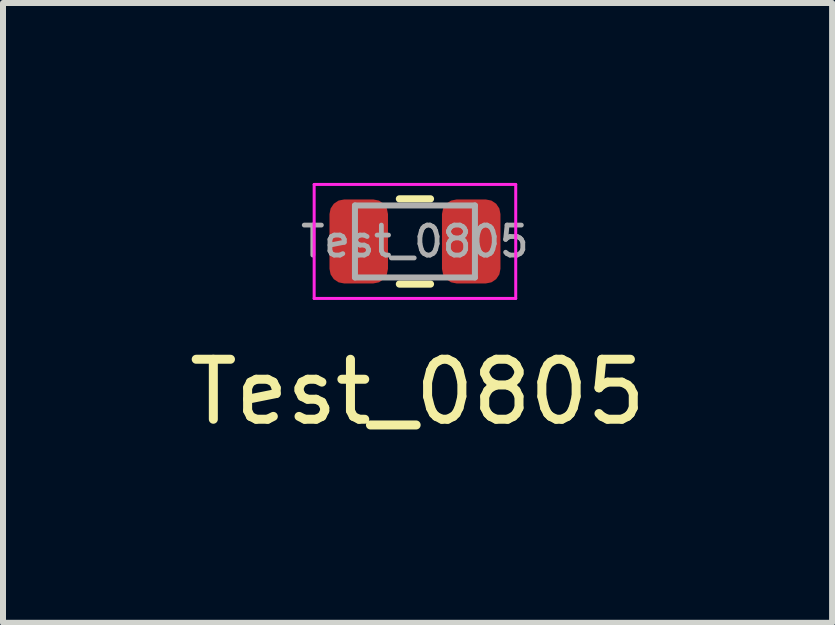
<source format=kicad_pcb>
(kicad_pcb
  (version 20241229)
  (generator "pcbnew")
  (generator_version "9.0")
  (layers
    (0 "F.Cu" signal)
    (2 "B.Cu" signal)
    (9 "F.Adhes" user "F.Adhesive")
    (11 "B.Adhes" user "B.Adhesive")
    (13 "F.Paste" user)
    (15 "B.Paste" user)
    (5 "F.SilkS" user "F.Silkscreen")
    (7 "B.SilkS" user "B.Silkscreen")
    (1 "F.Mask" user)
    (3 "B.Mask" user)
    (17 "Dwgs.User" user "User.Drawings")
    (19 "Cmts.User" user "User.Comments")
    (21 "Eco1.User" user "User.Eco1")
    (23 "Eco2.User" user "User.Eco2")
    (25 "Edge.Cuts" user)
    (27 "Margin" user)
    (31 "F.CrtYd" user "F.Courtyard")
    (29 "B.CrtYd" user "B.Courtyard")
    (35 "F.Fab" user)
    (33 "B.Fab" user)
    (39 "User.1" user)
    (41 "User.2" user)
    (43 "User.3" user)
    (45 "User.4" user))
  (footprint "Test_0805"
    (layer "F.Cu")
    (at 3.911 0.944)
    (property "Reference" "Test_0805" (at 0 2.54 0) (layer "F.SilkS") (effects (font (size 1 1) (thickness 0.15))))
    (attr through_hole)
    (fp_line (start -0.303 -0.679) (end 0.215 -0.679) (stroke (width 0.12) (type solid)) (layer "F.SilkS"))
    (fp_line (start -0.303 0.741) (end 0.215 0.741) (stroke (width 0.12) (type solid)) (layer "F.SilkS"))
    (fp_line (start -1.724 -0.919) (end 1.636 -0.919) (stroke (width 0.05) (type solid)) (layer "F.CrtYd"))
    (fp_line (start -1.724 0.981) (end -1.724 -0.919) (stroke (width 0.05) (type solid)) (layer "F.CrtYd"))
    (fp_line (start 1.636 -0.919) (end 1.636 0.981) (stroke (width 0.05) (type solid)) (layer "F.CrtYd"))
    (fp_line (start 1.636 0.981) (end -1.724 0.981) (stroke (width 0.05) (type solid)) (layer "F.CrtYd"))
    (fp_line (start -1.044 -0.569) (end 0.956 -0.569) (stroke (width 0.1) (type solid)) (layer "F.Fab"))
    (fp_line (start -1.044 0.631) (end -1.044 -0.569) (stroke (width 0.1) (type solid)) (layer "F.Fab"))
    (fp_line (start 0.956 -0.569) (end 0.956 0.631) (stroke (width 0.1) (type solid)) (layer "F.Fab"))
    (fp_line (start 0.956 0.631) (end -1.044 0.631) (stroke (width 0.1) (type solid)) (layer "F.Fab"))
    (fp_text user "${REFERENCE}" (at -0.044 0.031 0) (layer "F.Fab") (effects (font (size 0.5 0.5) (thickness 0.08))))
    (pad "1" smd roundrect (at -0.981 0.031) (size 0.975 1.4) (layers "F.Cu" "F.Mask" "F.Paste") (roundrect_rratio 0.25))
    (pad "2" smd roundrect (at 0.894 0.031) (size 0.975 1.4) (layers "F.Cu" "F.Mask" "F.Paste") (roundrect_rratio 0.25)))
  (gr_rect
    (start -3 -3)
    (end 10.821 7.332)
    (stroke (width 0.1) (type default))
    (fill no)
    (layer "Edge.Cuts")))
</source>
